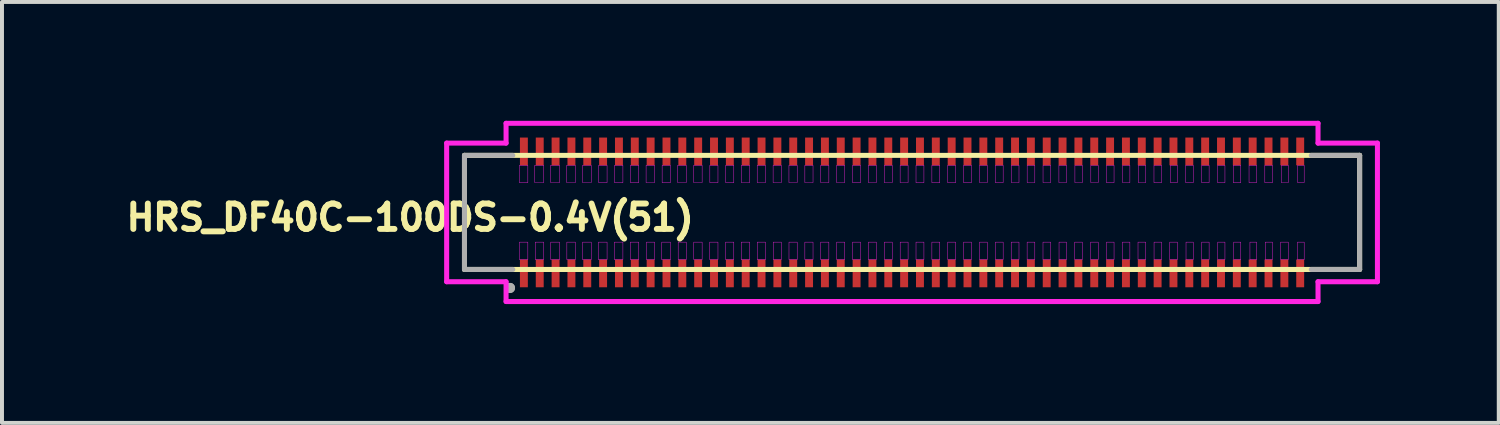
<source format=kicad_pcb>
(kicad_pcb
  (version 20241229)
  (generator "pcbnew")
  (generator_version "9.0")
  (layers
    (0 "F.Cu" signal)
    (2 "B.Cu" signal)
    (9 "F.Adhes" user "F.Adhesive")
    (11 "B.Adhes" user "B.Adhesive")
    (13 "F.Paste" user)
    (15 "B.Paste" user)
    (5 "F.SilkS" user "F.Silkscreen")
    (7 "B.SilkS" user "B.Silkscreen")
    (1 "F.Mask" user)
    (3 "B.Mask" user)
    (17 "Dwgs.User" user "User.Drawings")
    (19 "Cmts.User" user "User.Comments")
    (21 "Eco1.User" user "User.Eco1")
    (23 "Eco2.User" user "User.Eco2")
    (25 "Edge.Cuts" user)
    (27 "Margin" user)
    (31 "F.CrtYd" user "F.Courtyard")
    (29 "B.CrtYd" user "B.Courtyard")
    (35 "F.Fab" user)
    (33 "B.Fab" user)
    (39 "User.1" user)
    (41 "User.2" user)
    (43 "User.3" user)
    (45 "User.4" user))
  (footprint "HRS_DF40C-100DS-0.4V(51)"
    (layer "F.Cu")
    (at 19.977 2.313)
    (property "Reference" "HRS_DF40C-100DS-0.4V(51)" (at -12.671 0.128 180) (layer "F.SilkS") (effects (font (size 0.641 0.641) (thickness 0.15))))
    (attr smd)
    (fp_line (start -11.3 -1.44) (end 11.3 -1.44) (stroke (width 0.127) (type solid)) (layer "F.SilkS"))
    (fp_line (start -11.3 1.44) (end -11.3 -1.44) (stroke (width 0.127) (type solid)) (layer "F.SilkS"))
    (fp_line (start 11.3 -1.44) (end 11.3 1.44) (stroke (width 0.127) (type solid)) (layer "F.SilkS"))
    (fp_line (start 11.3 1.44) (end -11.3 1.44) (stroke (width 0.127) (type solid)) (layer "F.SilkS"))
    (fp_line (start -11.75 -1.75) (end -11.75 1.75) (stroke (width 0.127) (type solid)) (layer "F.CrtYd"))
    (fp_line (start -11.75 1.75) (end -10.25 1.75) (stroke (width 0.127) (type solid)) (layer "F.CrtYd"))
    (fp_line (start -10.25 -2.25) (end -10.25 -1.75) (stroke (width 0.127) (type solid)) (layer "F.CrtYd"))
    (fp_line (start -10.25 -1.75) (end -11.75 -1.75) (stroke (width 0.127) (type solid)) (layer "F.CrtYd"))
    (fp_line (start -10.25 1.75) (end -10.25 2.25) (stroke (width 0.127) (type solid)) (layer "F.CrtYd"))
    (fp_line (start -10.25 2.25) (end 10.25 2.25) (stroke (width 0.127) (type solid)) (layer "F.CrtYd"))
    (fp_line (start 10.25 -2.25) (end -10.25 -2.25) (stroke (width 0.127) (type solid)) (layer "F.CrtYd"))
    (fp_line (start 10.25 -1.75) (end 10.25 -2.25) (stroke (width 0.127) (type solid)) (layer "F.CrtYd"))
    (fp_line (start 10.25 1.75) (end 11.75 1.75) (stroke (width 0.127) (type solid)) (layer "F.CrtYd"))
    (fp_line (start 10.25 2.25) (end 10.25 1.75) (stroke (width 0.127) (type solid)) (layer "F.CrtYd"))
    (fp_line (start 11.75 -1.75) (end 10.25 -1.75) (stroke (width 0.127) (type solid)) (layer "F.CrtYd"))
    (fp_line (start 11.75 1.75) (end 11.75 -1.75) (stroke (width 0.127) (type solid)) (layer "F.CrtYd"))
    (fp_poly (pts (xy -9.914 -1.19) (xy -9.7 -1.19) (xy -9.7 -0.751) (xy -9.914 -0.751)) (stroke (width 0.01) (type solid)) (fill no) (layer "F.CrtYd"))
    (fp_poly (pts (xy -9.914 0.75) (xy -9.7 0.75) (xy -9.7 1.192) (xy -9.914 1.192)) (stroke (width 0.01) (type solid)) (fill no) (layer "F.CrtYd"))
    (fp_poly (pts (xy -9.525 -1.19) (xy -9.3 -1.19) (xy -9.3 -0.752) (xy -9.525 -0.752)) (stroke (width 0.01) (type solid)) (fill no) (layer "F.CrtYd"))
    (fp_poly (pts (xy -9.514 0.75) (xy -9.3 0.75) (xy -9.3 1.192) (xy -9.514 1.192)) (stroke (width 0.01) (type solid)) (fill no) (layer "F.CrtYd"))
    (fp_poly (pts (xy -9.124 -1.19) (xy -8.9 -1.19) (xy -8.9 -0.752) (xy -9.124 -0.752)) (stroke (width 0.01) (type solid)) (fill no) (layer "F.CrtYd"))
    (fp_poly (pts (xy -9.122 0.75) (xy -8.9 0.75) (xy -8.9 1.193) (xy -9.122 1.193)) (stroke (width 0.01) (type solid)) (fill no) (layer "F.CrtYd"))
    (fp_poly (pts (xy -8.719 -1.19) (xy -8.5 -1.19) (xy -8.5 -0.752) (xy -8.719 -0.752)) (stroke (width 0.01) (type solid)) (fill no) (layer "F.CrtYd"))
    (fp_poly (pts (xy -8.715 0.75) (xy -8.5 0.75) (xy -8.5 1.192) (xy -8.715 1.192)) (stroke (width 0.01) (type solid)) (fill no) (layer "F.CrtYd"))
    (fp_poly (pts (xy -8.319 0.75) (xy -8.1 0.75) (xy -8.1 1.193) (xy -8.319 1.193)) (stroke (width 0.01) (type solid)) (fill no) (layer "F.CrtYd"))
    (fp_poly (pts (xy -8.318 -1.19) (xy -8.1 -1.19) (xy -8.1 -0.752) (xy -8.318 -0.752)) (stroke (width 0.01) (type solid)) (fill no) (layer "F.CrtYd"))
    (fp_poly (pts (xy -7.919 0.75) (xy -7.7 0.75) (xy -7.7 1.193) (xy -7.919 1.193)) (stroke (width 0.01) (type solid)) (fill no) (layer "F.CrtYd"))
    (fp_poly (pts (xy -7.912 -1.19) (xy -7.7 -1.19) (xy -7.7 -0.751) (xy -7.912 -0.751)) (stroke (width 0.01) (type solid)) (fill no) (layer "F.CrtYd"))
    (fp_poly (pts (xy -7.517 0.75) (xy -7.3 0.75) (xy -7.3 1.193) (xy -7.517 1.193)) (stroke (width 0.01) (type solid)) (fill no) (layer "F.CrtYd"))
    (fp_poly (pts (xy -7.512 -1.19) (xy -7.3 -1.19) (xy -7.3 -0.751) (xy -7.512 -0.751)) (stroke (width 0.01) (type solid)) (fill no) (layer "F.CrtYd"))
    (fp_poly (pts (xy -7.114 0.75) (xy -6.9 0.75) (xy -6.9 1.192) (xy -7.114 1.192)) (stroke (width 0.01) (type solid)) (fill no) (layer "F.CrtYd"))
    (fp_poly (pts (xy -7.11 -1.19) (xy -6.9 -1.19) (xy -6.9 -0.751) (xy -7.11 -0.751)) (stroke (width 0.01) (type solid)) (fill no) (layer "F.CrtYd"))
    (fp_poly (pts (xy -6.715 -1.19) (xy -6.5 -1.19) (xy -6.5 -0.752) (xy -6.715 -0.752)) (stroke (width 0.01) (type solid)) (fill no) (layer "F.CrtYd"))
    (fp_poly (pts (xy -6.706 0.75) (xy -6.5 0.75) (xy -6.5 1.191) (xy -6.706 1.191)) (stroke (width 0.01) (type solid)) (fill no) (layer "F.CrtYd"))
    (fp_poly (pts (xy -6.319 0.75) (xy -6.1 0.75) (xy -6.1 1.194) (xy -6.319 1.194)) (stroke (width 0.01) (type solid)) (fill no) (layer "F.CrtYd"))
    (fp_poly (pts (xy -6.31 -1.19) (xy -6.1 -1.19) (xy -6.1 -0.751) (xy -6.31 -0.751)) (stroke (width 0.01) (type solid)) (fill no) (layer "F.CrtYd"))
    (fp_poly (pts (xy -5.918 -1.19) (xy -5.7 -1.19) (xy -5.7 -0.752) (xy -5.918 -0.752)) (stroke (width 0.01) (type solid)) (fill no) (layer "F.CrtYd"))
    (fp_poly (pts (xy -5.905 0.75) (xy -5.7 0.75) (xy -5.7 1.191) (xy -5.905 1.191)) (stroke (width 0.01) (type solid)) (fill no) (layer "F.CrtYd"))
    (fp_poly (pts (xy -5.513 -1.19) (xy -5.3 -1.19) (xy -5.3 -0.752) (xy -5.513 -0.752)) (stroke (width 0.01) (type solid)) (fill no) (layer "F.CrtYd"))
    (fp_poly (pts (xy -5.511 0.75) (xy -5.3 0.75) (xy -5.3 1.192) (xy -5.511 1.192)) (stroke (width 0.01) (type solid)) (fill no) (layer "F.CrtYd"))
    (fp_poly (pts (xy -5.11 0.75) (xy -4.9 0.75) (xy -4.9 1.192) (xy -5.11 1.192)) (stroke (width 0.01) (type solid)) (fill no) (layer "F.CrtYd"))
    (fp_poly (pts (xy -5.105 -1.19) (xy -4.9 -1.19) (xy -4.9 -0.751) (xy -5.105 -0.751)) (stroke (width 0.01) (type solid)) (fill no) (layer "F.CrtYd"))
    (fp_poly (pts (xy -4.709 0.75) (xy -4.5 0.75) (xy -4.5 1.192) (xy -4.709 1.192)) (stroke (width 0.01) (type solid)) (fill no) (layer "F.CrtYd"))
    (fp_poly (pts (xy -4.705 -1.19) (xy -4.5 -1.19) (xy -4.5 -0.751) (xy -4.705 -0.751)) (stroke (width 0.01) (type solid)) (fill no) (layer "F.CrtYd"))
    (fp_poly (pts (xy -4.313 0.75) (xy -4.1 0.75) (xy -4.1 1.194) (xy -4.313 1.194)) (stroke (width 0.01) (type solid)) (fill no) (layer "F.CrtYd"))
    (fp_poly (pts (xy -4.31 -1.19) (xy -4.1 -1.19) (xy -4.1 -0.752) (xy -4.31 -0.752)) (stroke (width 0.01) (type solid)) (fill no) (layer "F.CrtYd"))
    (fp_poly (pts (xy -3.91 -1.19) (xy -3.7 -1.19) (xy -3.7 -0.752) (xy -3.91 -0.752)) (stroke (width 0.01) (type solid)) (fill no) (layer "F.CrtYd"))
    (fp_poly (pts (xy -3.909 0.75) (xy -3.7 0.75) (xy -3.7 1.193) (xy -3.909 1.193)) (stroke (width 0.01) (type solid)) (fill no) (layer "F.CrtYd"))
    (fp_poly (pts (xy -3.508 -1.19) (xy -3.3 -1.19) (xy -3.3 -0.752) (xy -3.508 -0.752)) (stroke (width 0.01) (type solid)) (fill no) (layer "F.CrtYd"))
    (fp_poly (pts (xy -3.505 0.75) (xy -3.3 0.75) (xy -3.3 1.192) (xy -3.505 1.192)) (stroke (width 0.01) (type solid)) (fill no) (layer "F.CrtYd"))
    (fp_poly (pts (xy -3.108 -1.19) (xy -2.9 -1.19) (xy -2.9 -0.752) (xy -3.108 -0.752)) (stroke (width 0.01) (type solid)) (fill no) (layer "F.CrtYd"))
    (fp_poly (pts (xy -3.107 0.75) (xy -2.9 0.75) (xy -2.9 1.193) (xy -3.107 1.193)) (stroke (width 0.01) (type solid)) (fill no) (layer "F.CrtYd"))
    (fp_poly (pts (xy -2.706 0.75) (xy -2.5 0.75) (xy -2.5 1.193) (xy -2.706 1.193)) (stroke (width 0.01) (type solid)) (fill no) (layer "F.CrtYd"))
    (fp_poly (pts (xy -2.706 -1.19) (xy -2.5 -1.19) (xy -2.5 -0.752) (xy -2.706 -0.752)) (stroke (width 0.01) (type solid)) (fill no) (layer "F.CrtYd"))
    (fp_poly (pts (xy -2.307 0.75) (xy -2.1 0.75) (xy -2.1 1.194) (xy -2.307 1.194)) (stroke (width 0.01) (type solid)) (fill no) (layer "F.CrtYd"))
    (fp_poly (pts (xy -2.306 -1.19) (xy -2.1 -1.19) (xy -2.1 -0.752) (xy -2.306 -0.752)) (stroke (width 0.01) (type solid)) (fill no) (layer "F.CrtYd"))
    (fp_poly (pts (xy -1.905 -1.19) (xy -1.7 -1.19) (xy -1.7 -0.752) (xy -1.905 -0.752)) (stroke (width 0.01) (type solid)) (fill no) (layer "F.CrtYd"))
    (fp_poly (pts (xy -1.903 0.75) (xy -1.7 0.75) (xy -1.7 1.192) (xy -1.903 1.192)) (stroke (width 0.01) (type solid)) (fill no) (layer "F.CrtYd"))
    (fp_poly (pts (xy -1.503 0.75) (xy -1.3 0.75) (xy -1.3 1.192) (xy -1.503 1.192)) (stroke (width 0.01) (type solid)) (fill no) (layer "F.CrtYd"))
    (fp_poly (pts (xy -1.502 -1.19) (xy -1.3 -1.19) (xy -1.3 -0.751) (xy -1.502 -0.751)) (stroke (width 0.01) (type solid)) (fill no) (layer "F.CrtYd"))
    (fp_poly (pts (xy -1.103 -1.19) (xy -0.9 -1.19) (xy -0.9 -0.752) (xy -1.103 -0.752)) (stroke (width 0.01) (type solid)) (fill no) (layer "F.CrtYd"))
    (fp_poly (pts (xy -1.103 0.75) (xy -0.9 0.75) (xy -0.9 1.193) (xy -1.103 1.193)) (stroke (width 0.01) (type solid)) (fill no) (layer "F.CrtYd"))
    (fp_poly (pts (xy -0.702 -1.19) (xy -0.5 -1.19) (xy -0.5 -0.752) (xy -0.702 -0.752)) (stroke (width 0.01) (type solid)) (fill no) (layer "F.CrtYd"))
    (fp_poly (pts (xy -0.7 0.75) (xy -0.5 0.75) (xy -0.5 1.19) (xy -0.7 1.19)) (stroke (width 0.01) (type solid)) (fill no) (layer "F.CrtYd"))
    (fp_poly (pts (xy -0.301 -1.19) (xy -0.1 -1.19) (xy -0.1 -0.752) (xy -0.301 -0.752)) (stroke (width 0.01) (type solid)) (fill no) (layer "F.CrtYd"))
    (fp_poly (pts (xy -0.3 0.75) (xy -0.1 0.75) (xy -0.1 1.191) (xy -0.3 1.191)) (stroke (width 0.01) (type solid)) (fill no) (layer "F.CrtYd"))
    (fp_poly (pts (xy 0.1 -1.19) (xy 0.3 -1.19) (xy 0.3 -0.751) (xy 0.1 -0.751)) (stroke (width 0.01) (type solid)) (fill no) (layer "F.CrtYd"))
    (fp_poly (pts (xy 0.1 0.75) (xy 0.3 0.75) (xy 0.3 1.193) (xy 0.1 1.193)) (stroke (width 0.01) (type solid)) (fill no) (layer "F.CrtYd"))
    (fp_poly (pts (xy 0.501 -1.19) (xy 0.7 -1.19) (xy 0.7 -0.751) (xy 0.501 -0.751)) (stroke (width 0.01) (type solid)) (fill no) (layer "F.CrtYd"))
    (fp_poly (pts (xy 0.501 0.75) (xy 0.7 0.75) (xy 0.7 1.193) (xy 0.501 1.193)) (stroke (width 0.01) (type solid)) (fill no) (layer "F.CrtYd"))
    (fp_poly (pts (xy 0.9 -1.19) (xy 1.1 -1.19) (xy 1.1 -0.75) (xy 0.9 -0.75)) (stroke (width 0.01) (type solid)) (fill no) (layer "F.CrtYd"))
    (fp_poly (pts (xy 0.901 0.75) (xy 1.1 0.75) (xy 1.1 1.191) (xy 0.901 1.191)) (stroke (width 0.01) (type solid)) (fill no) (layer "F.CrtYd"))
    (fp_poly (pts (xy 1.301 -1.19) (xy 1.5 -1.19) (xy 1.5 -0.751) (xy 1.301 -0.751)) (stroke (width 0.01) (type solid)) (fill no) (layer "F.CrtYd"))
    (fp_poly (pts (xy 1.301 0.75) (xy 1.5 0.75) (xy 1.5 1.191) (xy 1.301 1.191)) (stroke (width 0.01) (type solid)) (fill no) (layer "F.CrtYd"))
    (fp_poly (pts (xy 1.703 0.75) (xy 1.9 0.75) (xy 1.9 1.192) (xy 1.703 1.192)) (stroke (width 0.01) (type solid)) (fill no) (layer "F.CrtYd"))
    (fp_poly (pts (xy 1.704 -1.19) (xy 1.9 -1.19) (xy 1.9 -0.752) (xy 1.704 -0.752)) (stroke (width 0.01) (type solid)) (fill no) (layer "F.CrtYd"))
    (fp_poly (pts (xy 2.103 -1.19) (xy 2.3 -1.19) (xy 2.3 -0.751) (xy 2.103 -0.751)) (stroke (width 0.01) (type solid)) (fill no) (layer "F.CrtYd"))
    (fp_poly (pts (xy 2.104 0.75) (xy 2.3 0.75) (xy 2.3 1.192) (xy 2.104 1.192)) (stroke (width 0.01) (type solid)) (fill no) (layer "F.CrtYd"))
    (fp_poly (pts (xy 2.503 0.75) (xy 2.7 0.75) (xy 2.7 1.191) (xy 2.503 1.191)) (stroke (width 0.01) (type solid)) (fill no) (layer "F.CrtYd"))
    (fp_poly (pts (xy 2.507 -1.19) (xy 2.7 -1.19) (xy 2.7 -0.752) (xy 2.507 -0.752)) (stroke (width 0.01) (type solid)) (fill no) (layer "F.CrtYd"))
    (fp_poly (pts (xy 2.905 0.75) (xy 3.1 0.75) (xy 3.1 1.192) (xy 2.905 1.192)) (stroke (width 0.01) (type solid)) (fill no) (layer "F.CrtYd"))
    (fp_poly (pts (xy 2.906 -1.19) (xy 3.1 -1.19) (xy 3.1 -0.752) (xy 2.906 -0.752)) (stroke (width 0.01) (type solid)) (fill no) (layer "F.CrtYd"))
    (fp_poly (pts (xy 3.306 0.75) (xy 3.5 0.75) (xy 3.5 1.192) (xy 3.306 1.192)) (stroke (width 0.01) (type solid)) (fill no) (layer "F.CrtYd"))
    (fp_poly (pts (xy 3.307 -1.19) (xy 3.5 -1.19) (xy 3.5 -0.752) (xy 3.307 -0.752)) (stroke (width 0.01) (type solid)) (fill no) (layer "F.CrtYd"))
    (fp_poly (pts (xy 3.708 -1.19) (xy 3.9 -1.19) (xy 3.9 -0.752) (xy 3.708 -0.752)) (stroke (width 0.01) (type solid)) (fill no) (layer "F.CrtYd"))
    (fp_poly (pts (xy 3.711 0.75) (xy 3.9 0.75) (xy 3.9 1.193) (xy 3.711 1.193)) (stroke (width 0.01) (type solid)) (fill no) (layer "F.CrtYd"))
    (fp_poly (pts (xy 4.105 0.75) (xy 4.3 0.75) (xy 4.3 1.191) (xy 4.105 1.191)) (stroke (width 0.01) (type solid)) (fill no) (layer "F.CrtYd"))
    (fp_poly (pts (xy 4.112 -1.19) (xy 4.3 -1.19) (xy 4.3 -0.752) (xy 4.112 -0.752)) (stroke (width 0.01) (type solid)) (fill no) (layer "F.CrtYd"))
    (fp_poly (pts (xy 4.508 0.75) (xy 4.7 0.75) (xy 4.7 1.192) (xy 4.508 1.192)) (stroke (width 0.01) (type solid)) (fill no) (layer "F.CrtYd"))
    (fp_poly (pts (xy 4.514 -1.19) (xy 4.7 -1.19) (xy 4.7 -0.752) (xy 4.514 -0.752)) (stroke (width 0.01) (type solid)) (fill no) (layer "F.CrtYd"))
    (fp_poly (pts (xy 4.908 -1.19) (xy 5.1 -1.19) (xy 5.1 -0.751) (xy 4.908 -0.751)) (stroke (width 0.01) (type solid)) (fill no) (layer "F.CrtYd"))
    (fp_poly (pts (xy 4.909 0.75) (xy 5.1 0.75) (xy 5.1 1.192) (xy 4.909 1.192)) (stroke (width 0.01) (type solid)) (fill no) (layer "F.CrtYd"))
    (fp_poly (pts (xy 5.31 0.75) (xy 5.5 0.75) (xy 5.5 1.192) (xy 5.31 1.192)) (stroke (width 0.01) (type solid)) (fill no) (layer "F.CrtYd"))
    (fp_poly (pts (xy 5.315 -1.19) (xy 5.5 -1.19) (xy 5.5 -0.752) (xy 5.315 -0.752)) (stroke (width 0.01) (type solid)) (fill no) (layer "F.CrtYd"))
    (fp_poly (pts (xy 5.705 0.75) (xy 5.9 0.75) (xy 5.9 1.191) (xy 5.705 1.191)) (stroke (width 0.01) (type solid)) (fill no) (layer "F.CrtYd"))
    (fp_poly (pts (xy 5.714 -1.19) (xy 5.9 -1.19) (xy 5.9 -0.752) (xy 5.714 -0.752)) (stroke (width 0.01) (type solid)) (fill no) (layer "F.CrtYd"))
    (fp_poly (pts (xy 6.108 -1.19) (xy 6.3 -1.19) (xy 6.3 -0.751) (xy 6.108 -0.751)) (stroke (width 0.01) (type solid)) (fill no) (layer "F.CrtYd"))
    (fp_poly (pts (xy 6.11 0.75) (xy 6.3 0.75) (xy 6.3 1.192) (xy 6.11 1.192)) (stroke (width 0.01) (type solid)) (fill no) (layer "F.CrtYd"))
    (fp_poly (pts (xy 6.506 0.75) (xy 6.7 0.75) (xy 6.7 1.191) (xy 6.506 1.191)) (stroke (width 0.01) (type solid)) (fill no) (layer "F.CrtYd"))
    (fp_poly (pts (xy 6.522 -1.19) (xy 6.7 -1.19) (xy 6.7 -0.753) (xy 6.522 -0.753)) (stroke (width 0.01) (type solid)) (fill no) (layer "F.CrtYd"))
    (fp_poly (pts (xy 6.909 -1.19) (xy 7.1 -1.19) (xy 7.1 -0.751) (xy 6.909 -0.751)) (stroke (width 0.01) (type solid)) (fill no) (layer "F.CrtYd"))
    (fp_poly (pts (xy 6.917 0.75) (xy 7.1 0.75) (xy 7.1 1.193) (xy 6.917 1.193)) (stroke (width 0.01) (type solid)) (fill no) (layer "F.CrtYd"))
    (fp_poly (pts (xy 7.312 -1.19) (xy 7.5 -1.19) (xy 7.5 -0.751) (xy 7.312 -0.751)) (stroke (width 0.01) (type solid)) (fill no) (layer "F.CrtYd"))
    (fp_poly (pts (xy 7.312 0.75) (xy 7.5 0.75) (xy 7.5 1.192) (xy 7.312 1.192)) (stroke (width 0.01) (type solid)) (fill no) (layer "F.CrtYd"))
    (fp_poly (pts (xy 7.714 -1.19) (xy 7.9 -1.19) (xy 7.9 -0.751) (xy 7.714 -0.751)) (stroke (width 0.01) (type solid)) (fill no) (layer "F.CrtYd"))
    (fp_poly (pts (xy 7.719 0.75) (xy 7.9 0.75) (xy 7.9 1.193) (xy 7.719 1.193)) (stroke (width 0.01) (type solid)) (fill no) (layer "F.CrtYd"))
    (fp_poly (pts (xy 8.11 -1.19) (xy 8.3 -1.19) (xy 8.3 -0.751) (xy 8.11 -0.751)) (stroke (width 0.01) (type solid)) (fill no) (layer "F.CrtYd"))
    (fp_poly (pts (xy 8.121 0.75) (xy 8.3 0.75) (xy 8.3 1.193) (xy 8.121 1.193)) (stroke (width 0.01) (type solid)) (fill no) (layer "F.CrtYd"))
    (fp_poly (pts (xy 8.508 -1.19) (xy 8.7 -1.19) (xy 8.7 -0.751) (xy 8.508 -0.751)) (stroke (width 0.01) (type solid)) (fill no) (layer "F.CrtYd"))
    (fp_poly (pts (xy 8.531 0.75) (xy 8.7 0.75) (xy 8.7 1.194) (xy 8.531 1.194)) (stroke (width 0.01) (type solid)) (fill no) (layer "F.CrtYd"))
    (fp_poly (pts (xy 8.907 -1.19) (xy 9.1 -1.19) (xy 9.1 -0.751) (xy 8.907 -0.751)) (stroke (width 0.01) (type solid)) (fill no) (layer "F.CrtYd"))
    (fp_poly (pts (xy 8.917 0.75) (xy 9.1 0.75) (xy 9.1 1.192) (xy 8.917 1.192)) (stroke (width 0.01) (type solid)) (fill no) (layer "F.CrtYd"))
    (fp_poly (pts (xy 9.305 0.75) (xy 9.5 0.75) (xy 9.5 1.191) (xy 9.305 1.191)) (stroke (width 0.01) (type solid)) (fill no) (layer "F.CrtYd"))
    (fp_poly (pts (xy 9.323 -1.19) (xy 9.5 -1.19) (xy 9.5 -0.752) (xy 9.323 -0.752)) (stroke (width 0.01) (type solid)) (fill no) (layer "F.CrtYd"))
    (fp_poly (pts (xy 9.73 0.75) (xy 9.9 0.75) (xy 9.9 1.194) (xy 9.73 1.194)) (stroke (width 0.01) (type solid)) (fill no) (layer "F.CrtYd"))
    (fp_poly (pts (xy 9.734 -1.19) (xy 9.9 -1.19) (xy 9.9 -0.753) (xy 9.734 -0.753)) (stroke (width 0.01) (type solid)) (fill no) (layer "F.CrtYd"))
    (fp_line (start -11.3 -1.44) (end -10.08 -1.44) (stroke (width 0.127) (type solid)) (layer "F.Fab"))
    (fp_line (start -11.3 1.44) (end -11.3 -1.44) (stroke (width 0.127) (type solid)) (layer "F.Fab"))
    (fp_line (start -10.16 1.905) (end -10.149 1.905) (stroke (width 0.25) (type solid)) (layer "F.Fab"))
    (fp_line (start -10.149 1.905) (end -10.149 1.911) (stroke (width 0.25) (type solid)) (layer "F.Fab"))
    (fp_line (start -10.08 1.44) (end -11.3 1.44) (stroke (width 0.127) (type solid)) (layer "F.Fab"))
    (fp_line (start 10.08 -1.44) (end 11.3 -1.44) (stroke (width 0.127) (type solid)) (layer "F.Fab"))
    (fp_line (start 11.3 -1.44) (end 11.3 1.44) (stroke (width 0.127) (type solid)) (layer "F.Fab"))
    (fp_line (start 11.3 1.44) (end 10.08 1.44) (stroke (width 0.127) (type solid)) (layer "F.Fab"))
    (pad "1" smd rect (at -9.8 1.54 180) (size 0.2 0.7) (layers "F.Cu" "F.Mask" "F.Paste"))
    (pad "2" smd rect (at -9.8 -1.54) (size 0.2 0.7) (layers "F.Cu" "F.Mask" "F.Paste"))
    (pad "3" smd rect (at -9.4 1.54 180) (size 0.2 0.7) (layers "F.Cu" "F.Mask" "F.Paste"))
    (pad "4" smd rect (at -9.4 -1.54) (size 0.2 0.7) (layers "F.Cu" "F.Mask" "F.Paste"))
    (pad "5" smd rect (at -9 1.54 180) (size 0.2 0.7) (layers "F.Cu" "F.Mask" "F.Paste"))
    (pad "6" smd rect (at -9 -1.54) (size 0.2 0.7) (layers "F.Cu" "F.Mask" "F.Paste"))
    (pad "7" smd rect (at -8.6 1.54 180) (size 0.2 0.7) (layers "F.Cu" "F.Mask" "F.Paste"))
    (pad "8" smd rect (at -8.6 -1.54) (size 0.2 0.7) (layers "F.Cu" "F.Mask" "F.Paste"))
    (pad "9" smd rect (at -8.2 1.54 180) (size 0.2 0.7) (layers "F.Cu" "F.Mask" "F.Paste"))
    (pad "10" smd rect (at -8.2 -1.54) (size 0.2 0.7) (layers "F.Cu" "F.Mask" "F.Paste"))
    (pad "11" smd rect (at -7.8 1.54 180) (size 0.2 0.7) (layers "F.Cu" "F.Mask" "F.Paste"))
    (pad "12" smd rect (at -7.8 -1.54) (size 0.2 0.7) (layers "F.Cu" "F.Mask" "F.Paste"))
    (pad "13" smd rect (at -7.4 1.54 180) (size 0.2 0.7) (layers "F.Cu" "F.Mask" "F.Paste"))
    (pad "14" smd rect (at -7.4 -1.54) (size 0.2 0.7) (layers "F.Cu" "F.Mask" "F.Paste"))
    (pad "15" smd rect (at -7 1.54 180) (size 0.2 0.7) (layers "F.Cu" "F.Mask" "F.Paste"))
    (pad "16" smd rect (at -7 -1.54) (size 0.2 0.7) (layers "F.Cu" "F.Mask" "F.Paste"))
    (pad "17" smd rect (at -6.6 1.54 180) (size 0.2 0.7) (layers "F.Cu" "F.Mask" "F.Paste"))
    (pad "18" smd rect (at -6.6 -1.54) (size 0.2 0.7) (layers "F.Cu" "F.Mask" "F.Paste"))
    (pad "19" smd rect (at -6.2 1.54 180) (size 0.2 0.7) (layers "F.Cu" "F.Mask" "F.Paste"))
    (pad "20" smd rect (at -6.2 -1.54) (size 0.2 0.7) (layers "F.Cu" "F.Mask" "F.Paste"))
    (pad "21" smd rect (at -5.8 1.54 180) (size 0.2 0.7) (layers "F.Cu" "F.Mask" "F.Paste"))
    (pad "22" smd rect (at -5.8 -1.54) (size 0.2 0.7) (layers "F.Cu" "F.Mask" "F.Paste"))
    (pad "23" smd rect (at -5.4 1.54 180) (size 0.2 0.7) (layers "F.Cu" "F.Mask" "F.Paste"))
    (pad "24" smd rect (at -5.4 -1.54) (size 0.2 0.7) (layers "F.Cu" "F.Mask" "F.Paste"))
    (pad "25" smd rect (at -5 1.54 180) (size 0.2 0.7) (layers "F.Cu" "F.Mask" "F.Paste"))
    (pad "26" smd rect (at -5 -1.54) (size 0.2 0.7) (layers "F.Cu" "F.Mask" "F.Paste"))
    (pad "27" smd rect (at -4.6 1.54 180) (size 0.2 0.7) (layers "F.Cu" "F.Mask" "F.Paste"))
    (pad "28" smd rect (at -4.6 -1.54) (size 0.2 0.7) (layers "F.Cu" "F.Mask" "F.Paste"))
    (pad "29" smd rect (at -4.2 1.54 180) (size 0.2 0.7) (layers "F.Cu" "F.Mask" "F.Paste"))
    (pad "30" smd rect (at -4.2 -1.54) (size 0.2 0.7) (layers "F.Cu" "F.Mask" "F.Paste"))
    (pad "31" smd rect (at -3.8 1.54 180) (size 0.2 0.7) (layers "F.Cu" "F.Mask" "F.Paste"))
    (pad "32" smd rect (at -3.8 -1.54) (size 0.2 0.7) (layers "F.Cu" "F.Mask" "F.Paste"))
    (pad "33" smd rect (at -3.4 1.54 180) (size 0.2 0.7) (layers "F.Cu" "F.Mask" "F.Paste"))
    (pad "34" smd rect (at -3.4 -1.54) (size 0.2 0.7) (layers "F.Cu" "F.Mask" "F.Paste"))
    (pad "35" smd rect (at -3 1.54 180) (size 0.2 0.7) (layers "F.Cu" "F.Mask" "F.Paste"))
    (pad "36" smd rect (at -3 -1.54) (size 0.2 0.7) (layers "F.Cu" "F.Mask" "F.Paste"))
    (pad "37" smd rect (at -2.6 1.54 180) (size 0.2 0.7) (layers "F.Cu" "F.Mask" "F.Paste"))
    (pad "38" smd rect (at -2.6 -1.54) (size 0.2 0.7) (layers "F.Cu" "F.Mask" "F.Paste"))
    (pad "39" smd rect (at -2.2 1.54 180) (size 0.2 0.7) (layers "F.Cu" "F.Mask" "F.Paste"))
    (pad "40" smd rect (at -2.2 -1.54) (size 0.2 0.7) (layers "F.Cu" "F.Mask" "F.Paste"))
    (pad "41" smd rect (at -1.8 1.54 180) (size 0.2 0.7) (layers "F.Cu" "F.Mask" "F.Paste"))
    (pad "42" smd rect (at -1.8 -1.54) (size 0.2 0.7) (layers "F.Cu" "F.Mask" "F.Paste"))
    (pad "43" smd rect (at -1.4 1.54 180) (size 0.2 0.7) (layers "F.Cu" "F.Mask" "F.Paste"))
    (pad "44" smd rect (at -1.4 -1.54) (size 0.2 0.7) (layers "F.Cu" "F.Mask" "F.Paste"))
    (pad "45" smd rect (at -1 1.54 180) (size 0.2 0.7) (layers "F.Cu" "F.Mask" "F.Paste"))
    (pad "46" smd rect (at -1 -1.54) (size 0.2 0.7) (layers "F.Cu" "F.Mask" "F.Paste"))
    (pad "47" smd rect (at -0.6 1.54 180) (size 0.2 0.7) (layers "F.Cu" "F.Mask" "F.Paste"))
    (pad "48" smd rect (at -0.6 -1.54) (size 0.2 0.7) (layers "F.Cu" "F.Mask" "F.Paste"))
    (pad "49" smd rect (at -0.2 1.54 180) (size 0.2 0.7) (layers "F.Cu" "F.Mask" "F.Paste"))
    (pad "50" smd rect (at -0.2 -1.54) (size 0.2 0.7) (layers "F.Cu" "F.Mask" "F.Paste"))
    (pad "51" smd rect (at 0.2 1.54 180) (size 0.2 0.7) (layers "F.Cu" "F.Mask" "F.Paste"))
    (pad "52" smd rect (at 0.2 -1.54) (size 0.2 0.7) (layers "F.Cu" "F.Mask" "F.Paste"))
    (pad "53" smd rect (at 0.6 1.54 180) (size 0.2 0.7) (layers "F.Cu" "F.Mask" "F.Paste"))
    (pad "54" smd rect (at 0.6 -1.54) (size 0.2 0.7) (layers "F.Cu" "F.Mask" "F.Paste"))
    (pad "55" smd rect (at 1 1.54 180) (size 0.2 0.7) (layers "F.Cu" "F.Mask" "F.Paste"))
    (pad "56" smd rect (at 1 -1.54) (size 0.2 0.7) (layers "F.Cu" "F.Mask" "F.Paste"))
    (pad "57" smd rect (at 1.4 1.54 180) (size 0.2 0.7) (layers "F.Cu" "F.Mask" "F.Paste"))
    (pad "58" smd rect (at 1.4 -1.54) (size 0.2 0.7) (layers "F.Cu" "F.Mask" "F.Paste"))
    (pad "59" smd rect (at 1.8 1.54 180) (size 0.2 0.7) (layers "F.Cu" "F.Mask" "F.Paste"))
    (pad "60" smd rect (at 1.8 -1.54) (size 0.2 0.7) (layers "F.Cu" "F.Mask" "F.Paste"))
    (pad "61" smd rect (at 2.2 1.54 180) (size 0.2 0.7) (layers "F.Cu" "F.Mask" "F.Paste"))
    (pad "62" smd rect (at 2.2 -1.54) (size 0.2 0.7) (layers "F.Cu" "F.Mask" "F.Paste"))
    (pad "63" smd rect (at 2.6 1.54 180) (size 0.2 0.7) (layers "F.Cu" "F.Mask" "F.Paste"))
    (pad "64" smd rect (at 2.6 -1.54) (size 0.2 0.7) (layers "F.Cu" "F.Mask" "F.Paste"))
    (pad "65" smd rect (at 3 1.54 180) (size 0.2 0.7) (layers "F.Cu" "F.Mask" "F.Paste"))
    (pad "66" smd rect (at 3 -1.54) (size 0.2 0.7) (layers "F.Cu" "F.Mask" "F.Paste"))
    (pad "67" smd rect (at 3.4 1.54 180) (size 0.2 0.7) (layers "F.Cu" "F.Mask" "F.Paste"))
    (pad "68" smd rect (at 3.4 -1.54) (size 0.2 0.7) (layers "F.Cu" "F.Mask" "F.Paste"))
    (pad "69" smd rect (at 3.8 1.54 180) (size 0.2 0.7) (layers "F.Cu" "F.Mask" "F.Paste"))
    (pad "70" smd rect (at 3.8 -1.54) (size 0.2 0.7) (layers "F.Cu" "F.Mask" "F.Paste"))
    (pad "71" smd rect (at 4.2 1.54 180) (size 0.2 0.7) (layers "F.Cu" "F.Mask" "F.Paste"))
    (pad "72" smd rect (at 4.2 -1.54) (size 0.2 0.7) (layers "F.Cu" "F.Mask" "F.Paste"))
    (pad "73" smd rect (at 4.6 1.54 180) (size 0.2 0.7) (layers "F.Cu" "F.Mask" "F.Paste"))
    (pad "74" smd rect (at 4.6 -1.54) (size 0.2 0.7) (layers "F.Cu" "F.Mask" "F.Paste"))
    (pad "75" smd rect (at 5 1.54 180) (size 0.2 0.7) (layers "F.Cu" "F.Mask" "F.Paste"))
    (pad "76" smd rect (at 5 -1.54) (size 0.2 0.7) (layers "F.Cu" "F.Mask" "F.Paste"))
    (pad "77" smd rect (at 5.4 1.54 180) (size 0.2 0.7) (layers "F.Cu" "F.Mask" "F.Paste"))
    (pad "78" smd rect (at 5.4 -1.54) (size 0.2 0.7) (layers "F.Cu" "F.Mask" "F.Paste"))
    (pad "79" smd rect (at 5.8 1.54 180) (size 0.2 0.7) (layers "F.Cu" "F.Mask" "F.Paste"))
    (pad "80" smd rect (at 5.8 -1.54) (size 0.2 0.7) (layers "F.Cu" "F.Mask" "F.Paste"))
    (pad "81" smd rect (at 6.2 1.54 180) (size 0.2 0.7) (layers "F.Cu" "F.Mask" "F.Paste"))
    (pad "82" smd rect (at 6.2 -1.54) (size 0.2 0.7) (layers "F.Cu" "F.Mask" "F.Paste"))
    (pad "83" smd rect (at 6.6 1.54 180) (size 0.2 0.7) (layers "F.Cu" "F.Mask" "F.Paste"))
    (pad "84" smd rect (at 6.6 -1.54) (size 0.2 0.7) (layers "F.Cu" "F.Mask" "F.Paste"))
    (pad "85" smd rect (at 7 1.54 180) (size 0.2 0.7) (layers "F.Cu" "F.Mask" "F.Paste"))
    (pad "86" smd rect (at 7 -1.54) (size 0.2 0.7) (layers "F.Cu" "F.Mask" "F.Paste"))
    (pad "87" smd rect (at 7.4 1.54 180) (size 0.2 0.7) (layers "F.Cu" "F.Mask" "F.Paste"))
    (pad "88" smd rect (at 7.4 -1.54) (size 0.2 0.7) (layers "F.Cu" "F.Mask" "F.Paste"))
    (pad "89" smd rect (at 7.8 1.54 180) (size 0.2 0.7) (layers "F.Cu" "F.Mask" "F.Paste"))
    (pad "90" smd rect (at 7.8 -1.54) (size 0.2 0.7) (layers "F.Cu" "F.Mask" "F.Paste"))
    (pad "91" smd rect (at 8.2 1.54 180) (size 0.2 0.7) (layers "F.Cu" "F.Mask" "F.Paste"))
    (pad "92" smd rect (at 8.2 -1.54) (size 0.2 0.7) (layers "F.Cu" "F.Mask" "F.Paste"))
    (pad "93" smd rect (at 8.6 1.54 180) (size 0.2 0.7) (layers "F.Cu" "F.Mask" "F.Paste"))
    (pad "94" smd rect (at 8.6 -1.54) (size 0.2 0.7) (layers "F.Cu" "F.Mask" "F.Paste"))
    (pad "95" smd rect (at 9 1.54 180) (size 0.2 0.7) (layers "F.Cu" "F.Mask" "F.Paste"))
    (pad "96" smd rect (at 9 -1.54) (size 0.2 0.7) (layers "F.Cu" "F.Mask" "F.Paste"))
    (pad "97" smd rect (at 9.4 1.54 180) (size 0.2 0.7) (layers "F.Cu" "F.Mask" "F.Paste"))
    (pad "98" smd rect (at 9.4 -1.54) (size 0.2 0.7) (layers "F.Cu" "F.Mask" "F.Paste"))
    (pad "99" smd rect (at 9.8 1.54 180) (size 0.2 0.7) (layers "F.Cu" "F.Mask" "F.Paste"))
    (pad "100" smd rect (at 9.8 -1.54) (size 0.2 0.7) (layers "F.Cu" "F.Mask" "F.Paste")))
  (gr_rect
    (start -3 -3)
    (end 34.79 7.627)
    (stroke (width 0.1) (type default))
    (fill no)
    (layer "Edge.Cuts")))
</source>
